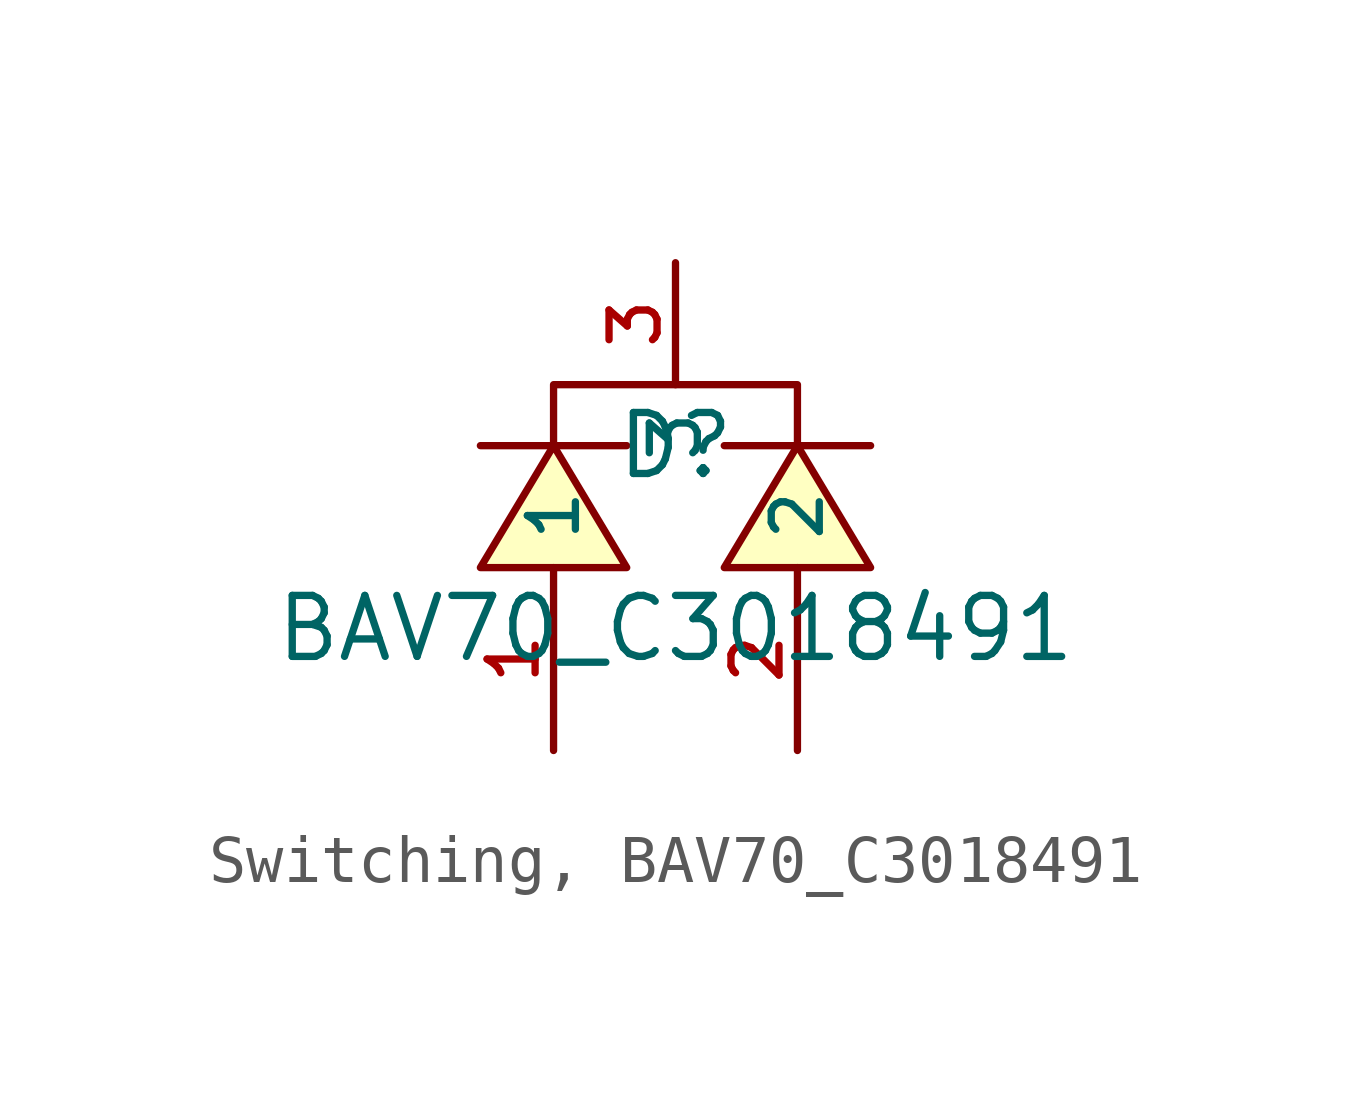
<source format=kicad_sym>
(kicad_symbol_lib
  (version 20231120)
  (generator "CDFER_Archive_Tool")
  (generator_version "0.0")
  (symbol "Switching, BAV70_C3018491"
    (property "Reference" "D"
      (at 0 1.27 0)
      (effects (font (size 1.27 1.27))))
    (property "Value" "BAV70_C3018491"
      (at 0 -2.54 0)
      (effects (font (size 1.27 1.27))))
    (symbol "Switching, BAV70_C3018491_0_1"
      (polyline (pts (xy -4.064 -1.27) (xy -2.54 1.27) (xy -1.016 -1.27) (xy -4.064 -1.27)) (stroke (width 0) (type default)) (fill (type background)))
      (polyline (pts (xy -2.54 1.27) (xy -2.54 2.54) (xy 2.54 2.54) (xy 2.54 1.27)) (stroke (width 0) (type default)) (fill (type none)))
      (polyline (pts (xy -1.016 1.27) (xy -1.524 1.27) (xy -3.556 1.27) (xy -4.064 1.27)) (stroke (width 0) (type default)) (fill (type none)))
      (polyline (pts (xy 1.016 -1.27) (xy 2.54 1.27) (xy 4.064 -1.27) (xy 1.016 -1.27)) (stroke (width 0) (type default)) (fill (type background)))
      (polyline (pts (xy 4.064 1.27) (xy 3.556 1.27) (xy 1.524 1.27) (xy 1.016 1.27)) (stroke (width 0) (type default)) (fill (type none)))
      (pin unspecified line (at -2.54 -5.08 90) (length 3.81) (name "1" (effects (font (size 1 1)))) (number "1" (effects (font (size 1 1)))))
      (pin unspecified line (at 2.54 -5.08 90) (length 3.81) (name "2" (effects (font (size 1 1)))) (number "2" (effects (font (size 1 1)))))
      (pin unspecified line (at 0 5.08 270) (length 2.54) (name "3" (effects (font (size 1 1)))) (number "3" (effects (font (size 1 1))))))))
</source>
